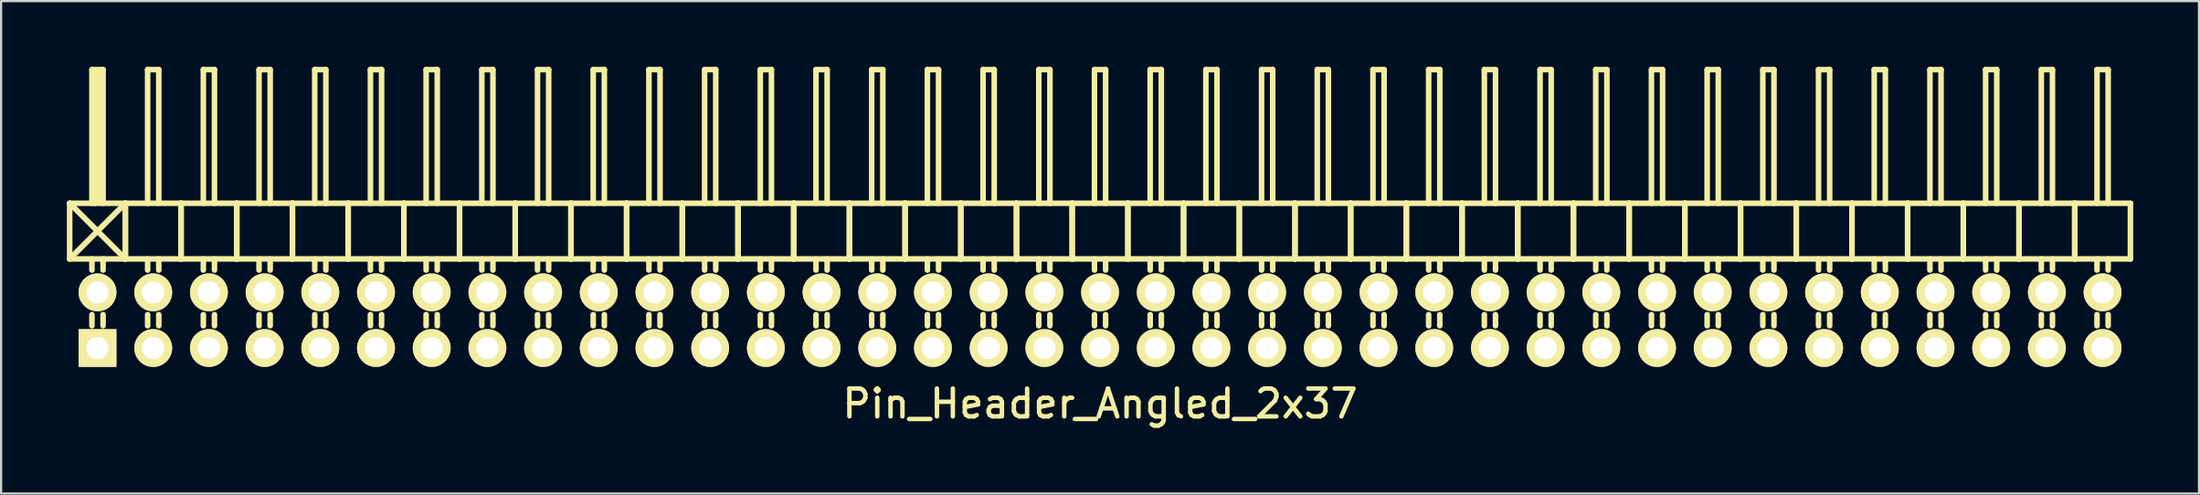
<source format=kicad_pcb>
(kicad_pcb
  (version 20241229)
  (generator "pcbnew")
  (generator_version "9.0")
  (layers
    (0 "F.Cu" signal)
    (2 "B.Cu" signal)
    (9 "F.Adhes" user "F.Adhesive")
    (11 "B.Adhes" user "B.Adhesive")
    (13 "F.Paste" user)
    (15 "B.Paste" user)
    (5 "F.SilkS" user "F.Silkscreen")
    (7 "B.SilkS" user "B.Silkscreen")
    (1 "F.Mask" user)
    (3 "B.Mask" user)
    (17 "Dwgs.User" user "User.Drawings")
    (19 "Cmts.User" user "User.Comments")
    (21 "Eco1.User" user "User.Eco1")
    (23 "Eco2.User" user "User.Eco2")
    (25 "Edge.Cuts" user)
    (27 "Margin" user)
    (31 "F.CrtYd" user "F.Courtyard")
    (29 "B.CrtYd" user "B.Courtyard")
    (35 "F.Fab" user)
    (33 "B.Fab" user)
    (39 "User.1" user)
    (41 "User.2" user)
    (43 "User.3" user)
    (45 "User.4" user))
  (footprint "Pin_Header_Angled_2x37"
    (layer "F.Cu")
    (at 47.117 11.557)
    (property "Reference" "Pin_Header_Angled_2x37" (at 0 3.81 0) (layer "F.SilkS") (effects (font (size 1.27 1.27) (thickness 0.203))))
    (attr through_hole)
    (fp_line (start -46.99 -5.334) (end -44.45 -2.794) (stroke (width 0.254) (type solid)) (layer "F.SilkS"))
    (fp_line (start -46.99 -2.794) (end -46.99 -5.334) (stroke (width 0.254) (type solid)) (layer "F.SilkS"))
    (fp_line (start -46.99 -2.794) (end -44.45 -5.334) (stroke (width 0.254) (type solid)) (layer "F.SilkS"))
    (fp_line (start -46.99 -2.794) (end -44.45 -2.794) (stroke (width 0.254) (type solid)) (layer "F.SilkS"))
    (fp_line (start -45.974 -11.43) (end -45.466 -11.43) (stroke (width 0.254) (type solid)) (layer "F.SilkS"))
    (fp_line (start -45.974 -5.334) (end -45.974 -11.43) (stroke (width 0.254) (type solid)) (layer "F.SilkS"))
    (fp_line (start -45.974 -2.794) (end -45.974 -2.286) (stroke (width 0.254) (type solid)) (layer "F.SilkS"))
    (fp_line (start -45.974 -0.254) (end -45.974 0.254) (stroke (width 0.254) (type solid)) (layer "F.SilkS"))
    (fp_line (start -45.847 -11.303) (end -45.593 -11.303) (stroke (width 0.254) (type solid)) (layer "F.SilkS"))
    (fp_line (start -45.847 -5.334) (end -45.847 -11.303) (stroke (width 0.254) (type solid)) (layer "F.SilkS"))
    (fp_line (start -45.72 -5.461) (end -45.72 -11.303) (stroke (width 0.254) (type solid)) (layer "F.SilkS"))
    (fp_line (start -45.593 -11.303) (end -45.593 -5.461) (stroke (width 0.254) (type solid)) (layer "F.SilkS"))
    (fp_line (start -45.593 -5.461) (end -45.72 -5.461) (stroke (width 0.254) (type solid)) (layer "F.SilkS"))
    (fp_line (start -45.466 -11.43) (end -45.466 -5.334) (stroke (width 0.254) (type solid)) (layer "F.SilkS"))
    (fp_line (start -45.466 -2.794) (end -45.466 -2.286) (stroke (width 0.254) (type solid)) (layer "F.SilkS"))
    (fp_line (start -45.466 -0.254) (end -45.466 0.254) (stroke (width 0.254) (type solid)) (layer "F.SilkS"))
    (fp_line (start -44.45 -5.334) (end -46.99 -5.334) (stroke (width 0.254) (type solid)) (layer "F.SilkS"))
    (fp_line (start -44.45 -2.794) (end -44.45 -5.334) (stroke (width 0.254) (type solid)) (layer "F.SilkS"))
    (fp_line (start -44.45 -2.794) (end -44.45 -5.334) (stroke (width 0.254) (type solid)) (layer "F.SilkS"))
    (fp_line (start -44.45 -2.794) (end -41.91 -2.794) (stroke (width 0.254) (type solid)) (layer "F.SilkS"))
    (fp_line (start -43.434 -11.43) (end -42.926 -11.43) (stroke (width 0.254) (type solid)) (layer "F.SilkS"))
    (fp_line (start -43.434 -5.334) (end -43.434 -11.43) (stroke (width 0.254) (type solid)) (layer "F.SilkS"))
    (fp_line (start -43.434 -2.794) (end -43.434 -2.286) (stroke (width 0.254) (type solid)) (layer "F.SilkS"))
    (fp_line (start -43.434 -0.254) (end -43.434 0.254) (stroke (width 0.254) (type solid)) (layer "F.SilkS"))
    (fp_line (start -42.926 -11.43) (end -42.926 -5.334) (stroke (width 0.254) (type solid)) (layer "F.SilkS"))
    (fp_line (start -42.926 -2.794) (end -42.926 -2.286) (stroke (width 0.254) (type solid)) (layer "F.SilkS"))
    (fp_line (start -42.926 -0.254) (end -42.926 0.254) (stroke (width 0.254) (type solid)) (layer "F.SilkS"))
    (fp_line (start -41.91 -5.334) (end -44.45 -5.334) (stroke (width 0.254) (type solid)) (layer "F.SilkS"))
    (fp_line (start -41.91 -2.794) (end -41.91 -5.334) (stroke (width 0.254) (type solid)) (layer "F.SilkS"))
    (fp_line (start -41.91 -2.794) (end -41.91 -5.334) (stroke (width 0.254) (type solid)) (layer "F.SilkS"))
    (fp_line (start -41.91 -2.794) (end -39.37 -2.794) (stroke (width 0.254) (type solid)) (layer "F.SilkS"))
    (fp_line (start -40.894 -11.43) (end -40.386 -11.43) (stroke (width 0.254) (type solid)) (layer "F.SilkS"))
    (fp_line (start -40.894 -5.334) (end -40.894 -11.43) (stroke (width 0.254) (type solid)) (layer "F.SilkS"))
    (fp_line (start -40.894 -2.794) (end -40.894 -2.286) (stroke (width 0.254) (type solid)) (layer "F.SilkS"))
    (fp_line (start -40.894 -0.254) (end -40.894 0.254) (stroke (width 0.254) (type solid)) (layer "F.SilkS"))
    (fp_line (start -40.386 -11.43) (end -40.386 -5.334) (stroke (width 0.254) (type solid)) (layer "F.SilkS"))
    (fp_line (start -40.386 -2.794) (end -40.386 -2.286) (stroke (width 0.254) (type solid)) (layer "F.SilkS"))
    (fp_line (start -40.386 -0.254) (end -40.386 0.254) (stroke (width 0.254) (type solid)) (layer "F.SilkS"))
    (fp_line (start -39.37 -5.334) (end -41.91 -5.334) (stroke (width 0.254) (type solid)) (layer "F.SilkS"))
    (fp_line (start -39.37 -2.794) (end -39.37 -5.334) (stroke (width 0.254) (type solid)) (layer "F.SilkS"))
    (fp_line (start -39.37 -2.794) (end -39.37 -5.334) (stroke (width 0.254) (type solid)) (layer "F.SilkS"))
    (fp_line (start -39.37 -2.794) (end -36.83 -2.794) (stroke (width 0.254) (type solid)) (layer "F.SilkS"))
    (fp_line (start -38.354 -11.43) (end -37.846 -11.43) (stroke (width 0.254) (type solid)) (layer "F.SilkS"))
    (fp_line (start -38.354 -5.334) (end -38.354 -11.43) (stroke (width 0.254) (type solid)) (layer "F.SilkS"))
    (fp_line (start -38.354 -2.794) (end -38.354 -2.286) (stroke (width 0.254) (type solid)) (layer "F.SilkS"))
    (fp_line (start -38.354 -0.254) (end -38.354 0.254) (stroke (width 0.254) (type solid)) (layer "F.SilkS"))
    (fp_line (start -37.846 -11.43) (end -37.846 -5.334) (stroke (width 0.254) (type solid)) (layer "F.SilkS"))
    (fp_line (start -37.846 -2.794) (end -37.846 -2.286) (stroke (width 0.254) (type solid)) (layer "F.SilkS"))
    (fp_line (start -37.846 -0.254) (end -37.846 0.254) (stroke (width 0.254) (type solid)) (layer "F.SilkS"))
    (fp_line (start -36.83 -5.334) (end -39.37 -5.334) (stroke (width 0.254) (type solid)) (layer "F.SilkS"))
    (fp_line (start -36.83 -2.794) (end -36.83 -5.334) (stroke (width 0.254) (type solid)) (layer "F.SilkS"))
    (fp_line (start -36.83 -2.794) (end -36.83 -5.334) (stroke (width 0.254) (type solid)) (layer "F.SilkS"))
    (fp_line (start -36.83 -2.794) (end -34.29 -2.794) (stroke (width 0.254) (type solid)) (layer "F.SilkS"))
    (fp_line (start -35.814 -11.43) (end -35.306 -11.43) (stroke (width 0.254) (type solid)) (layer "F.SilkS"))
    (fp_line (start -35.814 -5.334) (end -35.814 -11.43) (stroke (width 0.254) (type solid)) (layer "F.SilkS"))
    (fp_line (start -35.814 -2.794) (end -35.814 -2.286) (stroke (width 0.254) (type solid)) (layer "F.SilkS"))
    (fp_line (start -35.814 -0.254) (end -35.814 0.254) (stroke (width 0.254) (type solid)) (layer "F.SilkS"))
    (fp_line (start -35.306 -11.43) (end -35.306 -5.334) (stroke (width 0.254) (type solid)) (layer "F.SilkS"))
    (fp_line (start -35.306 -2.794) (end -35.306 -2.286) (stroke (width 0.254) (type solid)) (layer "F.SilkS"))
    (fp_line (start -35.306 -0.254) (end -35.306 0.254) (stroke (width 0.254) (type solid)) (layer "F.SilkS"))
    (fp_line (start -34.29 -5.334) (end -36.83 -5.334) (stroke (width 0.254) (type solid)) (layer "F.SilkS"))
    (fp_line (start -34.29 -2.794) (end -34.29 -5.334) (stroke (width 0.254) (type solid)) (layer "F.SilkS"))
    (fp_line (start -34.29 -2.794) (end -34.29 -5.334) (stroke (width 0.254) (type solid)) (layer "F.SilkS"))
    (fp_line (start -34.29 -2.794) (end -31.75 -2.794) (stroke (width 0.254) (type solid)) (layer "F.SilkS"))
    (fp_line (start -33.274 -11.43) (end -32.766 -11.43) (stroke (width 0.254) (type solid)) (layer "F.SilkS"))
    (fp_line (start -33.274 -5.334) (end -33.274 -11.43) (stroke (width 0.254) (type solid)) (layer "F.SilkS"))
    (fp_line (start -33.274 -2.794) (end -33.274 -2.286) (stroke (width 0.254) (type solid)) (layer "F.SilkS"))
    (fp_line (start -33.274 -0.254) (end -33.274 0.254) (stroke (width 0.254) (type solid)) (layer "F.SilkS"))
    (fp_line (start -32.766 -11.43) (end -32.766 -5.334) (stroke (width 0.254) (type solid)) (layer "F.SilkS"))
    (fp_line (start -32.766 -2.794) (end -32.766 -2.286) (stroke (width 0.254) (type solid)) (layer "F.SilkS"))
    (fp_line (start -32.766 -0.254) (end -32.766 0.254) (stroke (width 0.254) (type solid)) (layer "F.SilkS"))
    (fp_line (start -31.75 -5.334) (end -34.29 -5.334) (stroke (width 0.254) (type solid)) (layer "F.SilkS"))
    (fp_line (start -31.75 -2.794) (end -31.75 -5.334) (stroke (width 0.254) (type solid)) (layer "F.SilkS"))
    (fp_line (start -31.75 -2.794) (end -31.75 -5.334) (stroke (width 0.254) (type solid)) (layer "F.SilkS"))
    (fp_line (start -31.75 -2.794) (end -29.21 -2.794) (stroke (width 0.254) (type solid)) (layer "F.SilkS"))
    (fp_line (start -30.734 -11.43) (end -30.226 -11.43) (stroke (width 0.254) (type solid)) (layer "F.SilkS"))
    (fp_line (start -30.734 -5.334) (end -30.734 -11.43) (stroke (width 0.254) (type solid)) (layer "F.SilkS"))
    (fp_line (start -30.734 -2.794) (end -30.734 -2.286) (stroke (width 0.254) (type solid)) (layer "F.SilkS"))
    (fp_line (start -30.734 -0.254) (end -30.734 0.254) (stroke (width 0.254) (type solid)) (layer "F.SilkS"))
    (fp_line (start -30.226 -11.43) (end -30.226 -5.334) (stroke (width 0.254) (type solid)) (layer "F.SilkS"))
    (fp_line (start -30.226 -2.794) (end -30.226 -2.286) (stroke (width 0.254) (type solid)) (layer "F.SilkS"))
    (fp_line (start -30.226 -0.254) (end -30.226 0.254) (stroke (width 0.254) (type solid)) (layer "F.SilkS"))
    (fp_line (start -29.21 -5.334) (end -31.75 -5.334) (stroke (width 0.254) (type solid)) (layer "F.SilkS"))
    (fp_line (start -29.21 -2.794) (end -29.21 -5.334) (stroke (width 0.254) (type solid)) (layer "F.SilkS"))
    (fp_line (start -29.21 -2.794) (end -29.21 -5.334) (stroke (width 0.254) (type solid)) (layer "F.SilkS"))
    (fp_line (start -29.21 -2.794) (end -26.67 -2.794) (stroke (width 0.254) (type solid)) (layer "F.SilkS"))
    (fp_line (start -28.194 -11.43) (end -27.686 -11.43) (stroke (width 0.254) (type solid)) (layer "F.SilkS"))
    (fp_line (start -28.194 -5.334) (end -28.194 -11.43) (stroke (width 0.254) (type solid)) (layer "F.SilkS"))
    (fp_line (start -28.194 -2.794) (end -28.194 -2.286) (stroke (width 0.254) (type solid)) (layer "F.SilkS"))
    (fp_line (start -28.194 -0.254) (end -28.194 0.254) (stroke (width 0.254) (type solid)) (layer "F.SilkS"))
    (fp_line (start -27.686 -11.43) (end -27.686 -5.334) (stroke (width 0.254) (type solid)) (layer "F.SilkS"))
    (fp_line (start -27.686 -2.794) (end -27.686 -2.286) (stroke (width 0.254) (type solid)) (layer "F.SilkS"))
    (fp_line (start -27.686 -0.254) (end -27.686 0.254) (stroke (width 0.254) (type solid)) (layer "F.SilkS"))
    (fp_line (start -26.67 -5.334) (end -29.21 -5.334) (stroke (width 0.254) (type solid)) (layer "F.SilkS"))
    (fp_line (start -26.67 -2.794) (end -26.67 -5.334) (stroke (width 0.254) (type solid)) (layer "F.SilkS"))
    (fp_line (start -26.67 -2.794) (end -26.67 -5.334) (stroke (width 0.254) (type solid)) (layer "F.SilkS"))
    (fp_line (start -26.67 -2.794) (end -24.13 -2.794) (stroke (width 0.254) (type solid)) (layer "F.SilkS"))
    (fp_line (start -25.654 -11.43) (end -25.146 -11.43) (stroke (width 0.254) (type solid)) (layer "F.SilkS"))
    (fp_line (start -25.654 -5.334) (end -25.654 -11.43) (stroke (width 0.254) (type solid)) (layer "F.SilkS"))
    (fp_line (start -25.654 -2.794) (end -25.654 -2.286) (stroke (width 0.254) (type solid)) (layer "F.SilkS"))
    (fp_line (start -25.654 -0.254) (end -25.654 0.254) (stroke (width 0.254) (type solid)) (layer "F.SilkS"))
    (fp_line (start -25.146 -11.43) (end -25.146 -5.334) (stroke (width 0.254) (type solid)) (layer "F.SilkS"))
    (fp_line (start -25.146 -2.794) (end -25.146 -2.286) (stroke (width 0.254) (type solid)) (layer "F.SilkS"))
    (fp_line (start -25.146 -0.254) (end -25.146 0.254) (stroke (width 0.254) (type solid)) (layer "F.SilkS"))
    (fp_line (start -24.13 -5.334) (end -26.67 -5.334) (stroke (width 0.254) (type solid)) (layer "F.SilkS"))
    (fp_line (start -24.13 -2.794) (end -24.13 -5.334) (stroke (width 0.254) (type solid)) (layer "F.SilkS"))
    (fp_line (start -24.13 -2.794) (end -24.13 -5.334) (stroke (width 0.254) (type solid)) (layer "F.SilkS"))
    (fp_line (start -24.13 -2.794) (end -21.59 -2.794) (stroke (width 0.254) (type solid)) (layer "F.SilkS"))
    (fp_line (start -23.114 -11.43) (end -22.606 -11.43) (stroke (width 0.254) (type solid)) (layer "F.SilkS"))
    (fp_line (start -23.114 -5.334) (end -23.114 -11.43) (stroke (width 0.254) (type solid)) (layer "F.SilkS"))
    (fp_line (start -23.114 -2.794) (end -23.114 -2.286) (stroke (width 0.254) (type solid)) (layer "F.SilkS"))
    (fp_line (start -23.114 -0.254) (end -23.114 0.254) (stroke (width 0.254) (type solid)) (layer "F.SilkS"))
    (fp_line (start -22.606 -11.43) (end -22.606 -5.334) (stroke (width 0.254) (type solid)) (layer "F.SilkS"))
    (fp_line (start -22.606 -2.794) (end -22.606 -2.286) (stroke (width 0.254) (type solid)) (layer "F.SilkS"))
    (fp_line (start -22.606 -0.254) (end -22.606 0.254) (stroke (width 0.254) (type solid)) (layer "F.SilkS"))
    (fp_line (start -21.59 -5.334) (end -24.13 -5.334) (stroke (width 0.254) (type solid)) (layer "F.SilkS"))
    (fp_line (start -21.59 -2.794) (end -21.59 -5.334) (stroke (width 0.254) (type solid)) (layer "F.SilkS"))
    (fp_line (start -21.59 -2.794) (end -21.59 -5.334) (stroke (width 0.254) (type solid)) (layer "F.SilkS"))
    (fp_line (start -21.59 -2.794) (end -19.05 -2.794) (stroke (width 0.254) (type solid)) (layer "F.SilkS"))
    (fp_line (start -20.574 -11.43) (end -20.066 -11.43) (stroke (width 0.254) (type solid)) (layer "F.SilkS"))
    (fp_line (start -20.574 -5.334) (end -20.574 -11.43) (stroke (width 0.254) (type solid)) (layer "F.SilkS"))
    (fp_line (start -20.574 -2.794) (end -20.574 -2.286) (stroke (width 0.254) (type solid)) (layer "F.SilkS"))
    (fp_line (start -20.574 -0.254) (end -20.574 0.254) (stroke (width 0.254) (type solid)) (layer "F.SilkS"))
    (fp_line (start -20.066 -11.43) (end -20.066 -5.334) (stroke (width 0.254) (type solid)) (layer "F.SilkS"))
    (fp_line (start -20.066 -2.794) (end -20.066 -2.286) (stroke (width 0.254) (type solid)) (layer "F.SilkS"))
    (fp_line (start -20.066 -0.254) (end -20.066 0.254) (stroke (width 0.254) (type solid)) (layer "F.SilkS"))
    (fp_line (start -19.05 -5.334) (end -21.59 -5.334) (stroke (width 0.254) (type solid)) (layer "F.SilkS"))
    (fp_line (start -19.05 -2.794) (end -19.05 -5.334) (stroke (width 0.254) (type solid)) (layer "F.SilkS"))
    (fp_line (start -19.05 -2.794) (end -19.05 -5.334) (stroke (width 0.254) (type solid)) (layer "F.SilkS"))
    (fp_line (start -19.05 -2.794) (end -16.51 -2.794) (stroke (width 0.254) (type solid)) (layer "F.SilkS"))
    (fp_line (start -18.034 -11.43) (end -17.526 -11.43) (stroke (width 0.254) (type solid)) (layer "F.SilkS"))
    (fp_line (start -18.034 -5.334) (end -18.034 -11.43) (stroke (width 0.254) (type solid)) (layer "F.SilkS"))
    (fp_line (start -18.034 -2.794) (end -18.034 -2.286) (stroke (width 0.254) (type solid)) (layer "F.SilkS"))
    (fp_line (start -18.034 -0.254) (end -18.034 0.254) (stroke (width 0.254) (type solid)) (layer "F.SilkS"))
    (fp_line (start -17.526 -11.43) (end -17.526 -5.334) (stroke (width 0.254) (type solid)) (layer "F.SilkS"))
    (fp_line (start -17.526 -2.794) (end -17.526 -2.286) (stroke (width 0.254) (type solid)) (layer "F.SilkS"))
    (fp_line (start -17.526 -0.254) (end -17.526 0.254) (stroke (width 0.254) (type solid)) (layer "F.SilkS"))
    (fp_line (start -16.51 -5.334) (end -19.05 -5.334) (stroke (width 0.254) (type solid)) (layer "F.SilkS"))
    (fp_line (start -16.51 -2.794) (end -16.51 -5.334) (stroke (width 0.254) (type solid)) (layer "F.SilkS"))
    (fp_line (start -16.51 -2.794) (end -16.51 -5.334) (stroke (width 0.254) (type solid)) (layer "F.SilkS"))
    (fp_line (start -16.51 -2.794) (end -13.97 -2.794) (stroke (width 0.254) (type solid)) (layer "F.SilkS"))
    (fp_line (start -15.494 -11.43) (end -14.986 -11.43) (stroke (width 0.254) (type solid)) (layer "F.SilkS"))
    (fp_line (start -15.494 -5.334) (end -15.494 -11.43) (stroke (width 0.254) (type solid)) (layer "F.SilkS"))
    (fp_line (start -15.494 -2.794) (end -15.494 -2.286) (stroke (width 0.254) (type solid)) (layer "F.SilkS"))
    (fp_line (start -15.494 -0.254) (end -15.494 0.254) (stroke (width 0.254) (type solid)) (layer "F.SilkS"))
    (fp_line (start -14.986 -11.43) (end -14.986 -5.334) (stroke (width 0.254) (type solid)) (layer "F.SilkS"))
    (fp_line (start -14.986 -2.794) (end -14.986 -2.286) (stroke (width 0.254) (type solid)) (layer "F.SilkS"))
    (fp_line (start -14.986 -0.254) (end -14.986 0.254) (stroke (width 0.254) (type solid)) (layer "F.SilkS"))
    (fp_line (start -13.97 -5.334) (end -16.51 -5.334) (stroke (width 0.254) (type solid)) (layer "F.SilkS"))
    (fp_line (start -13.97 -2.794) (end -13.97 -5.334) (stroke (width 0.254) (type solid)) (layer "F.SilkS"))
    (fp_line (start -13.97 -2.794) (end -13.97 -5.334) (stroke (width 0.254) (type solid)) (layer "F.SilkS"))
    (fp_line (start -13.97 -2.794) (end -11.43 -2.794) (stroke (width 0.254) (type solid)) (layer "F.SilkS"))
    (fp_line (start -12.954 -11.43) (end -12.446 -11.43) (stroke (width 0.254) (type solid)) (layer "F.SilkS"))
    (fp_line (start -12.954 -5.334) (end -12.954 -11.43) (stroke (width 0.254) (type solid)) (layer "F.SilkS"))
    (fp_line (start -12.954 -2.794) (end -12.954 -2.286) (stroke (width 0.254) (type solid)) (layer "F.SilkS"))
    (fp_line (start -12.954 -0.254) (end -12.954 0.254) (stroke (width 0.254) (type solid)) (layer "F.SilkS"))
    (fp_line (start -12.446 -11.43) (end -12.446 -5.334) (stroke (width 0.254) (type solid)) (layer "F.SilkS"))
    (fp_line (start -12.446 -2.794) (end -12.446 -2.286) (stroke (width 0.254) (type solid)) (layer "F.SilkS"))
    (fp_line (start -12.446 -0.254) (end -12.446 0.254) (stroke (width 0.254) (type solid)) (layer "F.SilkS"))
    (fp_line (start -11.43 -5.334) (end -13.97 -5.334) (stroke (width 0.254) (type solid)) (layer "F.SilkS"))
    (fp_line (start -11.43 -2.794) (end -11.43 -5.334) (stroke (width 0.254) (type solid)) (layer "F.SilkS"))
    (fp_line (start -11.43 -2.794) (end -11.43 -5.334) (stroke (width 0.254) (type solid)) (layer "F.SilkS"))
    (fp_line (start -11.43 -2.794) (end -8.89 -2.794) (stroke (width 0.254) (type solid)) (layer "F.SilkS"))
    (fp_line (start -10.414 -11.43) (end -9.906 -11.43) (stroke (width 0.254) (type solid)) (layer "F.SilkS"))
    (fp_line (start -10.414 -5.334) (end -10.414 -11.43) (stroke (width 0.254) (type solid)) (layer "F.SilkS"))
    (fp_line (start -10.414 -2.794) (end -10.414 -2.286) (stroke (width 0.254) (type solid)) (layer "F.SilkS"))
    (fp_line (start -10.414 -0.254) (end -10.414 0.254) (stroke (width 0.254) (type solid)) (layer "F.SilkS"))
    (fp_line (start -9.906 -11.43) (end -9.906 -5.334) (stroke (width 0.254) (type solid)) (layer "F.SilkS"))
    (fp_line (start -9.906 -2.794) (end -9.906 -2.286) (stroke (width 0.254) (type solid)) (layer "F.SilkS"))
    (fp_line (start -9.906 -0.254) (end -9.906 0.254) (stroke (width 0.254) (type solid)) (layer "F.SilkS"))
    (fp_line (start -8.89 -5.334) (end -11.43 -5.334) (stroke (width 0.254) (type solid)) (layer "F.SilkS"))
    (fp_line (start -8.89 -2.794) (end -8.89 -5.334) (stroke (width 0.254) (type solid)) (layer "F.SilkS"))
    (fp_line (start -8.89 -2.794) (end -8.89 -5.334) (stroke (width 0.254) (type solid)) (layer "F.SilkS"))
    (fp_line (start -8.89 -2.794) (end -6.35 -2.794) (stroke (width 0.254) (type solid)) (layer "F.SilkS"))
    (fp_line (start -7.874 -11.43) (end -7.366 -11.43) (stroke (width 0.254) (type solid)) (layer "F.SilkS"))
    (fp_line (start -7.874 -5.334) (end -7.874 -11.43) (stroke (width 0.254) (type solid)) (layer "F.SilkS"))
    (fp_line (start -7.874 -2.794) (end -7.874 -2.286) (stroke (width 0.254) (type solid)) (layer "F.SilkS"))
    (fp_line (start -7.874 -0.254) (end -7.874 0.254) (stroke (width 0.254) (type solid)) (layer "F.SilkS"))
    (fp_line (start -7.366 -11.43) (end -7.366 -5.334) (stroke (width 0.254) (type solid)) (layer "F.SilkS"))
    (fp_line (start -7.366 -2.794) (end -7.366 -2.286) (stroke (width 0.254) (type solid)) (layer "F.SilkS"))
    (fp_line (start -7.366 -0.254) (end -7.366 0.254) (stroke (width 0.254) (type solid)) (layer "F.SilkS"))
    (fp_line (start -6.35 -5.334) (end -8.89 -5.334) (stroke (width 0.254) (type solid)) (layer "F.SilkS"))
    (fp_line (start -6.35 -2.794) (end -6.35 -5.334) (stroke (width 0.254) (type solid)) (layer "F.SilkS"))
    (fp_line (start -6.35 -2.794) (end -6.35 -5.334) (stroke (width 0.254) (type solid)) (layer "F.SilkS"))
    (fp_line (start -6.35 -2.794) (end -3.81 -2.794) (stroke (width 0.254) (type solid)) (layer "F.SilkS"))
    (fp_line (start -5.334 -11.43) (end -4.826 -11.43) (stroke (width 0.254) (type solid)) (layer "F.SilkS"))
    (fp_line (start -5.334 -5.334) (end -5.334 -11.43) (stroke (width 0.254) (type solid)) (layer "F.SilkS"))
    (fp_line (start -5.334 -2.794) (end -5.334 -2.286) (stroke (width 0.254) (type solid)) (layer "F.SilkS"))
    (fp_line (start -5.334 -0.254) (end -5.334 0.254) (stroke (width 0.254) (type solid)) (layer "F.SilkS"))
    (fp_line (start -4.826 -11.43) (end -4.826 -5.334) (stroke (width 0.254) (type solid)) (layer "F.SilkS"))
    (fp_line (start -4.826 -2.794) (end -4.826 -2.286) (stroke (width 0.254) (type solid)) (layer "F.SilkS"))
    (fp_line (start -4.826 -0.254) (end -4.826 0.254) (stroke (width 0.254) (type solid)) (layer "F.SilkS"))
    (fp_line (start -3.81 -5.334) (end -6.35 -5.334) (stroke (width 0.254) (type solid)) (layer "F.SilkS"))
    (fp_line (start -3.81 -2.794) (end -3.81 -5.334) (stroke (width 0.254) (type solid)) (layer "F.SilkS"))
    (fp_line (start -3.81 -2.794) (end -3.81 -5.334) (stroke (width 0.254) (type solid)) (layer "F.SilkS"))
    (fp_line (start -3.81 -2.794) (end -1.27 -2.794) (stroke (width 0.254) (type solid)) (layer "F.SilkS"))
    (fp_line (start -2.794 -11.43) (end -2.286 -11.43) (stroke (width 0.254) (type solid)) (layer "F.SilkS"))
    (fp_line (start -2.794 -5.334) (end -2.794 -11.43) (stroke (width 0.254) (type solid)) (layer "F.SilkS"))
    (fp_line (start -2.794 -2.794) (end -2.794 -2.286) (stroke (width 0.254) (type solid)) (layer "F.SilkS"))
    (fp_line (start -2.794 -0.254) (end -2.794 0.254) (stroke (width 0.254) (type solid)) (layer "F.SilkS"))
    (fp_line (start -2.286 -11.43) (end -2.286 -5.334) (stroke (width 0.254) (type solid)) (layer "F.SilkS"))
    (fp_line (start -2.286 -2.794) (end -2.286 -2.286) (stroke (width 0.254) (type solid)) (layer "F.SilkS"))
    (fp_line (start -2.286 -0.254) (end -2.286 0.254) (stroke (width 0.254) (type solid)) (layer "F.SilkS"))
    (fp_line (start -1.27 -5.334) (end -3.81 -5.334) (stroke (width 0.254) (type solid)) (layer "F.SilkS"))
    (fp_line (start -1.27 -2.794) (end -1.27 -5.334) (stroke (width 0.254) (type solid)) (layer "F.SilkS"))
    (fp_line (start -1.27 -2.794) (end -1.27 -5.334) (stroke (width 0.254) (type solid)) (layer "F.SilkS"))
    (fp_line (start -1.27 -2.794) (end 1.27 -2.794) (stroke (width 0.254) (type solid)) (layer "F.SilkS"))
    (fp_line (start -0.254 -11.43) (end 0.254 -11.43) (stroke (width 0.254) (type solid)) (layer "F.SilkS"))
    (fp_line (start -0.254 -5.334) (end -0.254 -11.43) (stroke (width 0.254) (type solid)) (layer "F.SilkS"))
    (fp_line (start -0.254 -2.794) (end -0.254 -2.286) (stroke (width 0.254) (type solid)) (layer "F.SilkS"))
    (fp_line (start -0.254 -0.254) (end -0.254 0.254) (stroke (width 0.254) (type solid)) (layer "F.SilkS"))
    (fp_line (start 0.254 -11.43) (end 0.254 -5.334) (stroke (width 0.254) (type solid)) (layer "F.SilkS"))
    (fp_line (start 0.254 -2.794) (end 0.254 -2.286) (stroke (width 0.254) (type solid)) (layer "F.SilkS"))
    (fp_line (start 0.254 -0.254) (end 0.254 0.254) (stroke (width 0.254) (type solid)) (layer "F.SilkS"))
    (fp_line (start 1.27 -5.334) (end -1.27 -5.334) (stroke (width 0.254) (type solid)) (layer "F.SilkS"))
    (fp_line (start 1.27 -2.794) (end 1.27 -5.334) (stroke (width 0.254) (type solid)) (layer "F.SilkS"))
    (fp_line (start 1.27 -2.794) (end 1.27 -5.334) (stroke (width 0.254) (type solid)) (layer "F.SilkS"))
    (fp_line (start 1.27 -2.794) (end 3.81 -2.794) (stroke (width 0.254) (type solid)) (layer "F.SilkS"))
    (fp_line (start 2.286 -11.43) (end 2.794 -11.43) (stroke (width 0.254) (type solid)) (layer "F.SilkS"))
    (fp_line (start 2.286 -5.334) (end 2.286 -11.43) (stroke (width 0.254) (type solid)) (layer "F.SilkS"))
    (fp_line (start 2.286 -2.794) (end 2.286 -2.286) (stroke (width 0.254) (type solid)) (layer "F.SilkS"))
    (fp_line (start 2.286 -0.254) (end 2.286 0.254) (stroke (width 0.254) (type solid)) (layer "F.SilkS"))
    (fp_line (start 2.794 -11.43) (end 2.794 -5.334) (stroke (width 0.254) (type solid)) (layer "F.SilkS"))
    (fp_line (start 2.794 -2.794) (end 2.794 -2.286) (stroke (width 0.254) (type solid)) (layer "F.SilkS"))
    (fp_line (start 2.794 -0.254) (end 2.794 0.254) (stroke (width 0.254) (type solid)) (layer "F.SilkS"))
    (fp_line (start 3.81 -5.334) (end 1.27 -5.334) (stroke (width 0.254) (type solid)) (layer "F.SilkS"))
    (fp_line (start 3.81 -2.794) (end 3.81 -5.334) (stroke (width 0.254) (type solid)) (layer "F.SilkS"))
    (fp_line (start 3.81 -2.794) (end 3.81 -5.334) (stroke (width 0.254) (type solid)) (layer "F.SilkS"))
    (fp_line (start 3.81 -2.794) (end 6.35 -2.794) (stroke (width 0.254) (type solid)) (layer "F.SilkS"))
    (fp_line (start 4.826 -11.43) (end 5.334 -11.43) (stroke (width 0.254) (type solid)) (layer "F.SilkS"))
    (fp_line (start 4.826 -5.334) (end 4.826 -11.43) (stroke (width 0.254) (type solid)) (layer "F.SilkS"))
    (fp_line (start 4.826 -2.794) (end 4.826 -2.286) (stroke (width 0.254) (type solid)) (layer "F.SilkS"))
    (fp_line (start 4.826 -0.254) (end 4.826 0.254) (stroke (width 0.254) (type solid)) (layer "F.SilkS"))
    (fp_line (start 5.334 -11.43) (end 5.334 -5.334) (stroke (width 0.254) (type solid)) (layer "F.SilkS"))
    (fp_line (start 5.334 -2.794) (end 5.334 -2.286) (stroke (width 0.254) (type solid)) (layer "F.SilkS"))
    (fp_line (start 5.334 -0.254) (end 5.334 0.254) (stroke (width 0.254) (type solid)) (layer "F.SilkS"))
    (fp_line (start 6.35 -5.334) (end 3.81 -5.334) (stroke (width 0.254) (type solid)) (layer "F.SilkS"))
    (fp_line (start 6.35 -2.794) (end 6.35 -5.334) (stroke (width 0.254) (type solid)) (layer "F.SilkS"))
    (fp_line (start 6.35 -2.794) (end 6.35 -5.334) (stroke (width 0.254) (type solid)) (layer "F.SilkS"))
    (fp_line (start 6.35 -2.794) (end 8.89 -2.794) (stroke (width 0.254) (type solid)) (layer "F.SilkS"))
    (fp_line (start 7.366 -11.43) (end 7.874 -11.43) (stroke (width 0.254) (type solid)) (layer "F.SilkS"))
    (fp_line (start 7.366 -5.334) (end 7.366 -11.43) (stroke (width 0.254) (type solid)) (layer "F.SilkS"))
    (fp_line (start 7.366 -2.794) (end 7.366 -2.286) (stroke (width 0.254) (type solid)) (layer "F.SilkS"))
    (fp_line (start 7.366 -0.254) (end 7.366 0.254) (stroke (width 0.254) (type solid)) (layer "F.SilkS"))
    (fp_line (start 7.874 -11.43) (end 7.874 -5.334) (stroke (width 0.254) (type solid)) (layer "F.SilkS"))
    (fp_line (start 7.874 -2.794) (end 7.874 -2.286) (stroke (width 0.254) (type solid)) (layer "F.SilkS"))
    (fp_line (start 7.874 -0.254) (end 7.874 0.254) (stroke (width 0.254) (type solid)) (layer "F.SilkS"))
    (fp_line (start 8.89 -5.334) (end 6.35 -5.334) (stroke (width 0.254) (type solid)) (layer "F.SilkS"))
    (fp_line (start 8.89 -2.794) (end 8.89 -5.334) (stroke (width 0.254) (type solid)) (layer "F.SilkS"))
    (fp_line (start 8.89 -2.794) (end 8.89 -5.334) (stroke (width 0.254) (type solid)) (layer "F.SilkS"))
    (fp_line (start 8.89 -2.794) (end 11.43 -2.794) (stroke (width 0.254) (type solid)) (layer "F.SilkS"))
    (fp_line (start 9.906 -11.43) (end 10.414 -11.43) (stroke (width 0.254) (type solid)) (layer "F.SilkS"))
    (fp_line (start 9.906 -5.334) (end 9.906 -11.43) (stroke (width 0.254) (type solid)) (layer "F.SilkS"))
    (fp_line (start 9.906 -2.794) (end 9.906 -2.286) (stroke (width 0.254) (type solid)) (layer "F.SilkS"))
    (fp_line (start 9.906 -0.254) (end 9.906 0.254) (stroke (width 0.254) (type solid)) (layer "F.SilkS"))
    (fp_line (start 10.414 -11.43) (end 10.414 -5.334) (stroke (width 0.254) (type solid)) (layer "F.SilkS"))
    (fp_line (start 10.414 -2.794) (end 10.414 -2.286) (stroke (width 0.254) (type solid)) (layer "F.SilkS"))
    (fp_line (start 10.414 -0.254) (end 10.414 0.254) (stroke (width 0.254) (type solid)) (layer "F.SilkS"))
    (fp_line (start 11.43 -5.334) (end 8.89 -5.334) (stroke (width 0.254) (type solid)) (layer "F.SilkS"))
    (fp_line (start 11.43 -2.794) (end 11.43 -5.334) (stroke (width 0.254) (type solid)) (layer "F.SilkS"))
    (fp_line (start 11.43 -2.794) (end 11.43 -5.334) (stroke (width 0.254) (type solid)) (layer "F.SilkS"))
    (fp_line (start 11.43 -2.794) (end 13.97 -2.794) (stroke (width 0.254) (type solid)) (layer "F.SilkS"))
    (fp_line (start 12.446 -11.43) (end 12.954 -11.43) (stroke (width 0.254) (type solid)) (layer "F.SilkS"))
    (fp_line (start 12.446 -5.334) (end 12.446 -11.43) (stroke (width 0.254) (type solid)) (layer "F.SilkS"))
    (fp_line (start 12.446 -2.794) (end 12.446 -2.286) (stroke (width 0.254) (type solid)) (layer "F.SilkS"))
    (fp_line (start 12.446 -0.254) (end 12.446 0.254) (stroke (width 0.254) (type solid)) (layer "F.SilkS"))
    (fp_line (start 12.954 -11.43) (end 12.954 -5.334) (stroke (width 0.254) (type solid)) (layer "F.SilkS"))
    (fp_line (start 12.954 -2.794) (end 12.954 -2.286) (stroke (width 0.254) (type solid)) (layer "F.SilkS"))
    (fp_line (start 12.954 -0.254) (end 12.954 0.254) (stroke (width 0.254) (type solid)) (layer "F.SilkS"))
    (fp_line (start 13.97 -5.334) (end 11.43 -5.334) (stroke (width 0.254) (type solid)) (layer "F.SilkS"))
    (fp_line (start 13.97 -2.794) (end 13.97 -5.334) (stroke (width 0.254) (type solid)) (layer "F.SilkS"))
    (fp_line (start 13.97 -2.794) (end 13.97 -5.334) (stroke (width 0.254) (type solid)) (layer "F.SilkS"))
    (fp_line (start 13.97 -2.794) (end 16.51 -2.794) (stroke (width 0.254) (type solid)) (layer "F.SilkS"))
    (fp_line (start 14.986 -11.43) (end 15.494 -11.43) (stroke (width 0.254) (type solid)) (layer "F.SilkS"))
    (fp_line (start 14.986 -5.334) (end 14.986 -11.43) (stroke (width 0.254) (type solid)) (layer "F.SilkS"))
    (fp_line (start 14.986 -2.794) (end 14.986 -2.286) (stroke (width 0.254) (type solid)) (layer "F.SilkS"))
    (fp_line (start 14.986 -0.254) (end 14.986 0.254) (stroke (width 0.254) (type solid)) (layer "F.SilkS"))
    (fp_line (start 15.494 -11.43) (end 15.494 -5.334) (stroke (width 0.254) (type solid)) (layer "F.SilkS"))
    (fp_line (start 15.494 -2.794) (end 15.494 -2.286) (stroke (width 0.254) (type solid)) (layer "F.SilkS"))
    (fp_line (start 15.494 -0.254) (end 15.494 0.254) (stroke (width 0.254) (type solid)) (layer "F.SilkS"))
    (fp_line (start 16.51 -5.334) (end 13.97 -5.334) (stroke (width 0.254) (type solid)) (layer "F.SilkS"))
    (fp_line (start 16.51 -2.794) (end 16.51 -5.334) (stroke (width 0.254) (type solid)) (layer "F.SilkS"))
    (fp_line (start 16.51 -2.794) (end 16.51 -5.334) (stroke (width 0.254) (type solid)) (layer "F.SilkS"))
    (fp_line (start 16.51 -2.794) (end 19.05 -2.794) (stroke (width 0.254) (type solid)) (layer "F.SilkS"))
    (fp_line (start 17.526 -11.43) (end 18.034 -11.43) (stroke (width 0.254) (type solid)) (layer "F.SilkS"))
    (fp_line (start 17.526 -5.334) (end 17.526 -11.43) (stroke (width 0.254) (type solid)) (layer "F.SilkS"))
    (fp_line (start 17.526 -2.794) (end 17.526 -2.286) (stroke (width 0.254) (type solid)) (layer "F.SilkS"))
    (fp_line (start 17.526 -0.254) (end 17.526 0.254) (stroke (width 0.254) (type solid)) (layer "F.SilkS"))
    (fp_line (start 18.034 -11.43) (end 18.034 -5.334) (stroke (width 0.254) (type solid)) (layer "F.SilkS"))
    (fp_line (start 18.034 -2.794) (end 18.034 -2.286) (stroke (width 0.254) (type solid)) (layer "F.SilkS"))
    (fp_line (start 18.034 -0.254) (end 18.034 0.254) (stroke (width 0.254) (type solid)) (layer "F.SilkS"))
    (fp_line (start 19.05 -5.334) (end 16.51 -5.334) (stroke (width 0.254) (type solid)) (layer "F.SilkS"))
    (fp_line (start 19.05 -2.794) (end 19.05 -5.334) (stroke (width 0.254) (type solid)) (layer "F.SilkS"))
    (fp_line (start 19.05 -2.794) (end 19.05 -5.334) (stroke (width 0.254) (type solid)) (layer "F.SilkS"))
    (fp_line (start 19.05 -2.794) (end 21.59 -2.794) (stroke (width 0.254) (type solid)) (layer "F.SilkS"))
    (fp_line (start 20.066 -11.43) (end 20.574 -11.43) (stroke (width 0.254) (type solid)) (layer "F.SilkS"))
    (fp_line (start 20.066 -5.334) (end 20.066 -11.43) (stroke (width 0.254) (type solid)) (layer "F.SilkS"))
    (fp_line (start 20.066 -2.794) (end 20.066 -2.286) (stroke (width 0.254) (type solid)) (layer "F.SilkS"))
    (fp_line (start 20.066 -0.254) (end 20.066 0.254) (stroke (width 0.254) (type solid)) (layer "F.SilkS"))
    (fp_line (start 20.574 -11.43) (end 20.574 -5.334) (stroke (width 0.254) (type solid)) (layer "F.SilkS"))
    (fp_line (start 20.574 -2.794) (end 20.574 -2.286) (stroke (width 0.254) (type solid)) (layer "F.SilkS"))
    (fp_line (start 20.574 -0.254) (end 20.574 0.254) (stroke (width 0.254) (type solid)) (layer "F.SilkS"))
    (fp_line (start 21.59 -5.334) (end 19.05 -5.334) (stroke (width 0.254) (type solid)) (layer "F.SilkS"))
    (fp_line (start 21.59 -2.794) (end 21.59 -5.334) (stroke (width 0.254) (type solid)) (layer "F.SilkS"))
    (fp_line (start 21.59 -2.794) (end 21.59 -5.334) (stroke (width 0.254) (type solid)) (layer "F.SilkS"))
    (fp_line (start 21.59 -2.794) (end 24.13 -2.794) (stroke (width 0.254) (type solid)) (layer "F.SilkS"))
    (fp_line (start 22.606 -11.43) (end 23.114 -11.43) (stroke (width 0.254) (type solid)) (layer "F.SilkS"))
    (fp_line (start 22.606 -5.334) (end 22.606 -11.43) (stroke (width 0.254) (type solid)) (layer "F.SilkS"))
    (fp_line (start 22.606 -2.794) (end 22.606 -2.286) (stroke (width 0.254) (type solid)) (layer "F.SilkS"))
    (fp_line (start 22.606 -0.254) (end 22.606 0.254) (stroke (width 0.254) (type solid)) (layer "F.SilkS"))
    (fp_line (start 23.114 -11.43) (end 23.114 -5.334) (stroke (width 0.254) (type solid)) (layer "F.SilkS"))
    (fp_line (start 23.114 -2.794) (end 23.114 -2.286) (stroke (width 0.254) (type solid)) (layer "F.SilkS"))
    (fp_line (start 23.114 -0.254) (end 23.114 0.254) (stroke (width 0.254) (type solid)) (layer "F.SilkS"))
    (fp_line (start 24.13 -5.334) (end 21.59 -5.334) (stroke (width 0.254) (type solid)) (layer "F.SilkS"))
    (fp_line (start 24.13 -2.794) (end 24.13 -5.334) (stroke (width 0.254) (type solid)) (layer "F.SilkS"))
    (fp_line (start 24.13 -2.794) (end 24.13 -5.334) (stroke (width 0.254) (type solid)) (layer "F.SilkS"))
    (fp_line (start 24.13 -2.794) (end 26.67 -2.794) (stroke (width 0.254) (type solid)) (layer "F.SilkS"))
    (fp_line (start 25.146 -11.43) (end 25.654 -11.43) (stroke (width 0.254) (type solid)) (layer "F.SilkS"))
    (fp_line (start 25.146 -5.334) (end 25.146 -11.43) (stroke (width 0.254) (type solid)) (layer "F.SilkS"))
    (fp_line (start 25.146 -2.794) (end 25.146 -2.286) (stroke (width 0.254) (type solid)) (layer "F.SilkS"))
    (fp_line (start 25.146 -0.254) (end 25.146 0.254) (stroke (width 0.254) (type solid)) (layer "F.SilkS"))
    (fp_line (start 25.654 -11.43) (end 25.654 -5.334) (stroke (width 0.254) (type solid)) (layer "F.SilkS"))
    (fp_line (start 25.654 -2.794) (end 25.654 -2.286) (stroke (width 0.254) (type solid)) (layer "F.SilkS"))
    (fp_line (start 25.654 -0.254) (end 25.654 0.254) (stroke (width 0.254) (type solid)) (layer "F.SilkS"))
    (fp_line (start 26.67 -5.334) (end 24.13 -5.334) (stroke (width 0.254) (type solid)) (layer "F.SilkS"))
    (fp_line (start 26.67 -2.794) (end 26.67 -5.334) (stroke (width 0.254) (type solid)) (layer "F.SilkS"))
    (fp_line (start 26.67 -2.794) (end 26.67 -5.334) (stroke (width 0.254) (type solid)) (layer "F.SilkS"))
    (fp_line (start 26.67 -2.794) (end 29.21 -2.794) (stroke (width 0.254) (type solid)) (layer "F.SilkS"))
    (fp_line (start 27.686 -11.43) (end 28.194 -11.43) (stroke (width 0.254) (type solid)) (layer "F.SilkS"))
    (fp_line (start 27.686 -5.334) (end 27.686 -11.43) (stroke (width 0.254) (type solid)) (layer "F.SilkS"))
    (fp_line (start 27.686 -2.794) (end 27.686 -2.286) (stroke (width 0.254) (type solid)) (layer "F.SilkS"))
    (fp_line (start 27.686 -0.254) (end 27.686 0.254) (stroke (width 0.254) (type solid)) (layer "F.SilkS"))
    (fp_line (start 28.194 -11.43) (end 28.194 -5.334) (stroke (width 0.254) (type solid)) (layer "F.SilkS"))
    (fp_line (start 28.194 -2.794) (end 28.194 -2.286) (stroke (width 0.254) (type solid)) (layer "F.SilkS"))
    (fp_line (start 28.194 -0.254) (end 28.194 0.254) (stroke (width 0.254) (type solid)) (layer "F.SilkS"))
    (fp_line (start 29.21 -5.334) (end 26.67 -5.334) (stroke (width 0.254) (type solid)) (layer "F.SilkS"))
    (fp_line (start 29.21 -2.794) (end 29.21 -5.334) (stroke (width 0.254) (type solid)) (layer "F.SilkS"))
    (fp_line (start 29.21 -2.794) (end 29.21 -5.334) (stroke (width 0.254) (type solid)) (layer "F.SilkS"))
    (fp_line (start 29.21 -2.794) (end 31.75 -2.794) (stroke (width 0.254) (type solid)) (layer "F.SilkS"))
    (fp_line (start 30.226 -11.43) (end 30.734 -11.43) (stroke (width 0.254) (type solid)) (layer "F.SilkS"))
    (fp_line (start 30.226 -5.334) (end 30.226 -11.43) (stroke (width 0.254) (type solid)) (layer "F.SilkS"))
    (fp_line (start 30.226 -2.794) (end 30.226 -2.286) (stroke (width 0.254) (type solid)) (layer "F.SilkS"))
    (fp_line (start 30.226 -0.254) (end 30.226 0.254) (stroke (width 0.254) (type solid)) (layer "F.SilkS"))
    (fp_line (start 30.734 -11.43) (end 30.734 -5.334) (stroke (width 0.254) (type solid)) (layer "F.SilkS"))
    (fp_line (start 30.734 -2.794) (end 30.734 -2.286) (stroke (width 0.254) (type solid)) (layer "F.SilkS"))
    (fp_line (start 30.734 -0.254) (end 30.734 0.254) (stroke (width 0.254) (type solid)) (layer "F.SilkS"))
    (fp_line (start 31.75 -5.334) (end 29.21 -5.334) (stroke (width 0.254) (type solid)) (layer "F.SilkS"))
    (fp_line (start 31.75 -2.794) (end 31.75 -5.334) (stroke (width 0.254) (type solid)) (layer "F.SilkS"))
    (fp_line (start 31.75 -2.794) (end 31.75 -5.334) (stroke (width 0.254) (type solid)) (layer "F.SilkS"))
    (fp_line (start 31.75 -2.794) (end 34.29 -2.794) (stroke (width 0.254) (type solid)) (layer "F.SilkS"))
    (fp_line (start 32.766 -11.43) (end 33.274 -11.43) (stroke (width 0.254) (type solid)) (layer "F.SilkS"))
    (fp_line (start 32.766 -5.334) (end 32.766 -11.43) (stroke (width 0.254) (type solid)) (layer "F.SilkS"))
    (fp_line (start 32.766 -2.794) (end 32.766 -2.286) (stroke (width 0.254) (type solid)) (layer "F.SilkS"))
    (fp_line (start 32.766 -0.254) (end 32.766 0.254) (stroke (width 0.254) (type solid)) (layer "F.SilkS"))
    (fp_line (start 33.274 -11.43) (end 33.274 -5.334) (stroke (width 0.254) (type solid)) (layer "F.SilkS"))
    (fp_line (start 33.274 -2.794) (end 33.274 -2.286) (stroke (width 0.254) (type solid)) (layer "F.SilkS"))
    (fp_line (start 33.274 -0.254) (end 33.274 0.254) (stroke (width 0.254) (type solid)) (layer "F.SilkS"))
    (fp_line (start 34.29 -5.334) (end 31.75 -5.334) (stroke (width 0.254) (type solid)) (layer "F.SilkS"))
    (fp_line (start 34.29 -2.794) (end 34.29 -5.334) (stroke (width 0.254) (type solid)) (layer "F.SilkS"))
    (fp_line (start 34.29 -2.794) (end 34.29 -5.334) (stroke (width 0.254) (type solid)) (layer "F.SilkS"))
    (fp_line (start 34.29 -2.794) (end 36.83 -2.794) (stroke (width 0.254) (type solid)) (layer "F.SilkS"))
    (fp_line (start 35.306 -11.43) (end 35.814 -11.43) (stroke (width 0.254) (type solid)) (layer "F.SilkS"))
    (fp_line (start 35.306 -5.334) (end 35.306 -11.43) (stroke (width 0.254) (type solid)) (layer "F.SilkS"))
    (fp_line (start 35.306 -2.794) (end 35.306 -2.286) (stroke (width 0.254) (type solid)) (layer "F.SilkS"))
    (fp_line (start 35.306 -0.254) (end 35.306 0.254) (stroke (width 0.254) (type solid)) (layer "F.SilkS"))
    (fp_line (start 35.814 -11.43) (end 35.814 -5.334) (stroke (width 0.254) (type solid)) (layer "F.SilkS"))
    (fp_line (start 35.814 -2.794) (end 35.814 -2.286) (stroke (width 0.254) (type solid)) (layer "F.SilkS"))
    (fp_line (start 35.814 -0.254) (end 35.814 0.254) (stroke (width 0.254) (type solid)) (layer "F.SilkS"))
    (fp_line (start 36.83 -5.334) (end 34.29 -5.334) (stroke (width 0.254) (type solid)) (layer "F.SilkS"))
    (fp_line (start 36.83 -2.794) (end 36.83 -5.334) (stroke (width 0.254) (type solid)) (layer "F.SilkS"))
    (fp_line (start 36.83 -2.794) (end 36.83 -5.334) (stroke (width 0.254) (type solid)) (layer "F.SilkS"))
    (fp_line (start 36.83 -2.794) (end 39.37 -2.794) (stroke (width 0.254) (type solid)) (layer "F.SilkS"))
    (fp_line (start 37.846 -11.43) (end 38.354 -11.43) (stroke (width 0.254) (type solid)) (layer "F.SilkS"))
    (fp_line (start 37.846 -5.334) (end 37.846 -11.43) (stroke (width 0.254) (type solid)) (layer "F.SilkS"))
    (fp_line (start 37.846 -2.794) (end 37.846 -2.286) (stroke (width 0.254) (type solid)) (layer "F.SilkS"))
    (fp_line (start 37.846 -0.254) (end 37.846 0.254) (stroke (width 0.254) (type solid)) (layer "F.SilkS"))
    (fp_line (start 38.354 -11.43) (end 38.354 -5.334) (stroke (width 0.254) (type solid)) (layer "F.SilkS"))
    (fp_line (start 38.354 -2.794) (end 38.354 -2.286) (stroke (width 0.254) (type solid)) (layer "F.SilkS"))
    (fp_line (start 38.354 -0.254) (end 38.354 0.254) (stroke (width 0.254) (type solid)) (layer "F.SilkS"))
    (fp_line (start 39.37 -5.334) (end 36.83 -5.334) (stroke (width 0.254) (type solid)) (layer "F.SilkS"))
    (fp_line (start 39.37 -2.794) (end 39.37 -5.334) (stroke (width 0.254) (type solid)) (layer "F.SilkS"))
    (fp_line (start 39.37 -2.794) (end 39.37 -5.334) (stroke (width 0.254) (type solid)) (layer "F.SilkS"))
    (fp_line (start 39.37 -2.794) (end 41.91 -2.794) (stroke (width 0.254) (type solid)) (layer "F.SilkS"))
    (fp_line (start 40.386 -11.43) (end 40.894 -11.43) (stroke (width 0.254) (type solid)) (layer "F.SilkS"))
    (fp_line (start 40.386 -5.334) (end 40.386 -11.43) (stroke (width 0.254) (type solid)) (layer "F.SilkS"))
    (fp_line (start 40.386 -2.794) (end 40.386 -2.286) (stroke (width 0.254) (type solid)) (layer "F.SilkS"))
    (fp_line (start 40.386 -0.254) (end 40.386 0.254) (stroke (width 0.254) (type solid)) (layer "F.SilkS"))
    (fp_line (start 40.894 -11.43) (end 40.894 -5.334) (stroke (width 0.254) (type solid)) (layer "F.SilkS"))
    (fp_line (start 40.894 -2.794) (end 40.894 -2.286) (stroke (width 0.254) (type solid)) (layer "F.SilkS"))
    (fp_line (start 40.894 -0.254) (end 40.894 0.254) (stroke (width 0.254) (type solid)) (layer "F.SilkS"))
    (fp_line (start 41.91 -5.334) (end 39.37 -5.334) (stroke (width 0.254) (type solid)) (layer "F.SilkS"))
    (fp_line (start 41.91 -2.794) (end 41.91 -5.334) (stroke (width 0.254) (type solid)) (layer "F.SilkS"))
    (fp_line (start 41.91 -2.794) (end 41.91 -5.334) (stroke (width 0.254) (type solid)) (layer "F.SilkS"))
    (fp_line (start 41.91 -2.794) (end 44.45 -2.794) (stroke (width 0.254) (type solid)) (layer "F.SilkS"))
    (fp_line (start 42.926 -11.43) (end 43.434 -11.43) (stroke (width 0.254) (type solid)) (layer "F.SilkS"))
    (fp_line (start 42.926 -5.334) (end 42.926 -11.43) (stroke (width 0.254) (type solid)) (layer "F.SilkS"))
    (fp_line (start 42.926 -2.794) (end 42.926 -2.286) (stroke (width 0.254) (type solid)) (layer "F.SilkS"))
    (fp_line (start 42.926 -0.254) (end 42.926 0.254) (stroke (width 0.254) (type solid)) (layer "F.SilkS"))
    (fp_line (start 43.434 -11.43) (end 43.434 -5.334) (stroke (width 0.254) (type solid)) (layer "F.SilkS"))
    (fp_line (start 43.434 -2.794) (end 43.434 -2.286) (stroke (width 0.254) (type solid)) (layer "F.SilkS"))
    (fp_line (start 43.434 -0.254) (end 43.434 0.254) (stroke (width 0.254) (type solid)) (layer "F.SilkS"))
    (fp_line (start 44.45 -5.334) (end 41.91 -5.334) (stroke (width 0.254) (type solid)) (layer "F.SilkS"))
    (fp_line (start 44.45 -2.794) (end 44.45 -5.334) (stroke (width 0.254) (type solid)) (layer "F.SilkS"))
    (fp_line (start 44.45 -2.794) (end 44.45 -5.334) (stroke (width 0.254) (type solid)) (layer "F.SilkS"))
    (fp_line (start 44.45 -2.794) (end 46.99 -2.794) (stroke (width 0.254) (type solid)) (layer "F.SilkS"))
    (fp_line (start 45.466 -11.43) (end 45.974 -11.43) (stroke (width 0.254) (type solid)) (layer "F.SilkS"))
    (fp_line (start 45.466 -5.334) (end 45.466 -11.43) (stroke (width 0.254) (type solid)) (layer "F.SilkS"))
    (fp_line (start 45.466 -2.794) (end 45.466 -2.286) (stroke (width 0.254) (type solid)) (layer "F.SilkS"))
    (fp_line (start 45.466 -0.254) (end 45.466 0.254) (stroke (width 0.254) (type solid)) (layer "F.SilkS"))
    (fp_line (start 45.974 -11.43) (end 45.974 -5.334) (stroke (width 0.254) (type solid)) (layer "F.SilkS"))
    (fp_line (start 45.974 -2.794) (end 45.974 -2.286) (stroke (width 0.254) (type solid)) (layer "F.SilkS"))
    (fp_line (start 45.974 -0.254) (end 45.974 0.254) (stroke (width 0.254) (type solid)) (layer "F.SilkS"))
    (fp_line (start 46.99 -5.334) (end 44.45 -5.334) (stroke (width 0.254) (type solid)) (layer "F.SilkS"))
    (fp_line (start 46.99 -2.794) (end 46.99 -5.334) (stroke (width 0.254) (type solid)) (layer "F.SilkS"))
    (pad "1" thru_hole rect (at -45.72 1.27) (size 1.727 1.727) (drill 1.016) (layers "*.Cu" "*.Mask" "F.SilkS"))
    (pad "2" thru_hole oval (at -43.18 1.27) (size 1.727 1.727) (drill 1.016) (layers "*.Cu" "*.Mask" "F.SilkS"))
    (pad "3" thru_hole oval (at -40.64 1.27) (size 1.727 1.727) (drill 1.016) (layers "*.Cu" "*.Mask" "F.SilkS"))
    (pad "4" thru_hole oval (at -38.1 1.27) (size 1.727 1.727) (drill 1.016) (layers "*.Cu" "*.Mask" "F.SilkS"))
    (pad "5" thru_hole oval (at -35.56 1.27) (size 1.727 1.727) (drill 1.016) (layers "*.Cu" "*.Mask" "F.SilkS"))
    (pad "6" thru_hole oval (at -33.02 1.27) (size 1.727 1.727) (drill 1.016) (layers "*.Cu" "*.Mask" "F.SilkS"))
    (pad "7" thru_hole oval (at -30.48 1.27) (size 1.727 1.727) (drill 1.016) (layers "*.Cu" "*.Mask" "F.SilkS"))
    (pad "8" thru_hole oval (at -27.94 1.27) (size 1.727 1.727) (drill 1.016) (layers "*.Cu" "*.Mask" "F.SilkS"))
    (pad "9" thru_hole oval (at -25.4 1.27) (size 1.727 1.727) (drill 1.016) (layers "*.Cu" "*.Mask" "F.SilkS"))
    (pad "10" thru_hole oval (at -22.86 1.27) (size 1.727 1.727) (drill 1.016) (layers "*.Cu" "*.Mask" "F.SilkS"))
    (pad "11" thru_hole oval (at -20.32 1.27) (size 1.727 1.727) (drill 1.016) (layers "*.Cu" "*.Mask" "F.SilkS"))
    (pad "12" thru_hole oval (at -17.78 1.27) (size 1.727 1.727) (drill 1.016) (layers "*.Cu" "*.Mask" "F.SilkS"))
    (pad "13" thru_hole oval (at -15.24 1.27) (size 1.727 1.727) (drill 1.016) (layers "*.Cu" "*.Mask" "F.SilkS"))
    (pad "14" thru_hole oval (at -12.7 1.27) (size 1.727 1.727) (drill 1.016) (layers "*.Cu" "*.Mask" "F.SilkS"))
    (pad "15" thru_hole oval (at -10.16 1.27) (size 1.727 1.727) (drill 1.016) (layers "*.Cu" "*.Mask" "F.SilkS"))
    (pad "16" thru_hole oval (at -7.62 1.27) (size 1.727 1.727) (drill 1.016) (layers "*.Cu" "*.Mask" "F.SilkS"))
    (pad "17" thru_hole oval (at -5.08 1.27) (size 1.727 1.727) (drill 1.016) (layers "*.Cu" "*.Mask" "F.SilkS"))
    (pad "18" thru_hole oval (at -2.54 1.27) (size 1.727 1.727) (drill 1.016) (layers "*.Cu" "*.Mask" "F.SilkS"))
    (pad "19" thru_hole oval (at 0 1.27) (size 1.727 1.727) (drill 1.016) (layers "*.Cu" "*.Mask" "F.SilkS"))
    (pad "20" thru_hole oval (at 2.54 1.27) (size 1.727 1.727) (drill 1.016) (layers "*.Cu" "*.Mask" "F.SilkS"))
    (pad "21" thru_hole oval (at 5.08 1.27) (size 1.727 1.727) (drill 1.016) (layers "*.Cu" "*.Mask" "F.SilkS"))
    (pad "22" thru_hole oval (at 7.62 1.27) (size 1.727 1.727) (drill 1.016) (layers "*.Cu" "*.Mask" "F.SilkS"))
    (pad "23" thru_hole oval (at 10.16 1.27) (size 1.727 1.727) (drill 1.016) (layers "*.Cu" "*.Mask" "F.SilkS"))
    (pad "24" thru_hole oval (at 12.7 1.27) (size 1.727 1.727) (drill 1.016) (layers "*.Cu" "*.Mask" "F.SilkS"))
    (pad "25" thru_hole oval (at 15.24 1.27) (size 1.727 1.727) (drill 1.016) (layers "*.Cu" "*.Mask" "F.SilkS"))
    (pad "26" thru_hole oval (at 17.78 1.27) (size 1.727 1.727) (drill 1.016) (layers "*.Cu" "*.Mask" "F.SilkS"))
    (pad "27" thru_hole oval (at 20.32 1.27) (size 1.727 1.727) (drill 1.016) (layers "*.Cu" "*.Mask" "F.SilkS"))
    (pad "28" thru_hole oval (at 22.86 1.27) (size 1.727 1.727) (drill 1.016) (layers "*.Cu" "*.Mask" "F.SilkS"))
    (pad "29" thru_hole oval (at 25.4 1.27) (size 1.727 1.727) (drill 1.016) (layers "*.Cu" "*.Mask" "F.SilkS"))
    (pad "30" thru_hole oval (at 27.94 1.27) (size 1.727 1.727) (drill 1.016) (layers "*.Cu" "*.Mask" "F.SilkS"))
    (pad "31" thru_hole oval (at 30.48 1.27) (size 1.727 1.727) (drill 1.016) (layers "*.Cu" "*.Mask" "F.SilkS"))
    (pad "32" thru_hole oval (at 33.02 1.27) (size 1.727 1.727) (drill 1.016) (layers "*.Cu" "*.Mask" "F.SilkS"))
    (pad "33" thru_hole oval (at 35.56 1.27) (size 1.727 1.727) (drill 1.016) (layers "*.Cu" "*.Mask" "F.SilkS"))
    (pad "34" thru_hole oval (at 38.1 1.27) (size 1.727 1.727) (drill 1.016) (layers "*.Cu" "*.Mask" "F.SilkS"))
    (pad "35" thru_hole oval (at 40.64 1.27) (size 1.727 1.727) (drill 1.016) (layers "*.Cu" "*.Mask" "F.SilkS"))
    (pad "36" thru_hole oval (at 43.18 1.27) (size 1.727 1.727) (drill 1.016) (layers "*.Cu" "*.Mask" "F.SilkS"))
    (pad "37" thru_hole oval (at 45.72 1.27) (size 1.727 1.727) (drill 1.016) (layers "*.Cu" "*.Mask" "F.SilkS"))
    (pad "38" thru_hole oval (at 45.72 -1.27) (size 1.727 1.727) (drill 1.016) (layers "*.Cu" "*.Mask" "F.SilkS"))
    (pad "39" thru_hole oval (at 43.18 -1.27) (size 1.727 1.727) (drill 1.016) (layers "*.Cu" "*.Mask" "F.SilkS"))
    (pad "40" thru_hole oval (at 40.64 -1.27) (size 1.727 1.727) (drill 1.016) (layers "*.Cu" "*.Mask" "F.SilkS"))
    (pad "41" thru_hole oval (at 38.1 -1.27) (size 1.727 1.727) (drill 1.016) (layers "*.Cu" "*.Mask" "F.SilkS"))
    (pad "42" thru_hole oval (at 35.56 -1.27) (size 1.727 1.727) (drill 1.016) (layers "*.Cu" "*.Mask" "F.SilkS"))
    (pad "43" thru_hole oval (at 33.02 -1.27) (size 1.727 1.727) (drill 1.016) (layers "*.Cu" "*.Mask" "F.SilkS"))
    (pad "44" thru_hole oval (at 30.48 -1.27) (size 1.727 1.727) (drill 1.016) (layers "*.Cu" "*.Mask" "F.SilkS"))
    (pad "45" thru_hole oval (at 27.94 -1.27) (size 1.727 1.727) (drill 1.016) (layers "*.Cu" "*.Mask" "F.SilkS"))
    (pad "46" thru_hole oval (at 25.4 -1.27) (size 1.727 1.727) (drill 1.016) (layers "*.Cu" "*.Mask" "F.SilkS"))
    (pad "47" thru_hole oval (at 22.86 -1.27) (size 1.727 1.727) (drill 1.016) (layers "*.Cu" "*.Mask" "F.SilkS"))
    (pad "48" thru_hole oval (at 20.32 -1.27) (size 1.727 1.727) (drill 1.016) (layers "*.Cu" "*.Mask" "F.SilkS"))
    (pad "49" thru_hole oval (at 17.78 -1.27) (size 1.727 1.727) (drill 1.016) (layers "*.Cu" "*.Mask" "F.SilkS"))
    (pad "50" thru_hole oval (at 15.24 -1.27) (size 1.727 1.727) (drill 1.016) (layers "*.Cu" "*.Mask" "F.SilkS"))
    (pad "51" thru_hole oval (at 12.7 -1.27) (size 1.727 1.727) (drill 1.016) (layers "*.Cu" "*.Mask" "F.SilkS"))
    (pad "52" thru_hole oval (at 10.16 -1.27) (size 1.727 1.727) (drill 1.016) (layers "*.Cu" "*.Mask" "F.SilkS"))
    (pad "53" thru_hole oval (at 7.62 -1.27) (size 1.727 1.727) (drill 1.016) (layers "*.Cu" "*.Mask" "F.SilkS"))
    (pad "54" thru_hole oval (at 5.08 -1.27) (size 1.727 1.727) (drill 1.016) (layers "*.Cu" "*.Mask" "F.SilkS"))
    (pad "55" thru_hole oval (at 2.54 -1.27) (size 1.727 1.727) (drill 1.016) (layers "*.Cu" "*.Mask" "F.SilkS"))
    (pad "56" thru_hole oval (at 0 -1.27) (size 1.727 1.727) (drill 1.016) (layers "*.Cu" "*.Mask" "F.SilkS"))
    (pad "57" thru_hole oval (at -2.54 -1.27) (size 1.727 1.727) (drill 1.016) (layers "*.Cu" "*.Mask" "F.SilkS"))
    (pad "58" thru_hole oval (at -5.08 -1.27) (size 1.727 1.727) (drill 1.016) (layers "*.Cu" "*.Mask" "F.SilkS"))
    (pad "59" thru_hole oval (at -7.62 -1.27) (size 1.727 1.727) (drill 1.016) (layers "*.Cu" "*.Mask" "F.SilkS"))
    (pad "60" thru_hole oval (at -10.16 -1.27) (size 1.727 1.727) (drill 1.016) (layers "*.Cu" "*.Mask" "F.SilkS"))
    (pad "61" thru_hole oval (at -12.7 -1.27) (size 1.727 1.727) (drill 1.016) (layers "*.Cu" "*.Mask" "F.SilkS"))
    (pad "62" thru_hole oval (at -15.24 -1.27) (size 1.727 1.727) (drill 1.016) (layers "*.Cu" "*.Mask" "F.SilkS"))
    (pad "63" thru_hole oval (at -17.78 -1.27) (size 1.727 1.727) (drill 1.016) (layers "*.Cu" "*.Mask" "F.SilkS"))
    (pad "64" thru_hole oval (at -20.32 -1.27) (size 1.727 1.727) (drill 1.016) (layers "*.Cu" "*.Mask" "F.SilkS"))
    (pad "65" thru_hole oval (at -22.86 -1.27) (size 1.727 1.727) (drill 1.016) (layers "*.Cu" "*.Mask" "F.SilkS"))
    (pad "66" thru_hole oval (at -25.4 -1.27) (size 1.727 1.727) (drill 1.016) (layers "*.Cu" "*.Mask" "F.SilkS"))
    (pad "67" thru_hole oval (at -27.94 -1.27) (size 1.727 1.727) (drill 1.016) (layers "*.Cu" "*.Mask" "F.SilkS"))
    (pad "68" thru_hole oval (at -30.48 -1.27) (size 1.727 1.727) (drill 1.016) (layers "*.Cu" "*.Mask" "F.SilkS"))
    (pad "69" thru_hole oval (at -33.02 -1.27) (size 1.727 1.727) (drill 1.016) (layers "*.Cu" "*.Mask" "F.SilkS"))
    (pad "70" thru_hole oval (at -35.56 -1.27) (size 1.727 1.727) (drill 1.016) (layers "*.Cu" "*.Mask" "F.SilkS"))
    (pad "71" thru_hole oval (at -38.1 -1.27) (size 1.727 1.727) (drill 1.016) (layers "*.Cu" "*.Mask" "F.SilkS"))
    (pad "72" thru_hole oval (at -40.64 -1.27) (size 1.727 1.727) (drill 1.016) (layers "*.Cu" "*.Mask" "F.SilkS"))
    (pad "73" thru_hole oval (at -43.18 -1.27) (size 1.727 1.727) (drill 1.016) (layers "*.Cu" "*.Mask" "F.SilkS"))
    (pad "74" thru_hole oval (at -45.72 -1.27) (size 1.727 1.727) (drill 1.016) (layers "*.Cu" "*.Mask" "F.SilkS")))
  (gr_rect
    (start -3 -3)
    (end 97.234 19.467)
    (stroke (width 0.1) (type default))
    (fill no)
    (layer "Edge.Cuts")))
</source>
